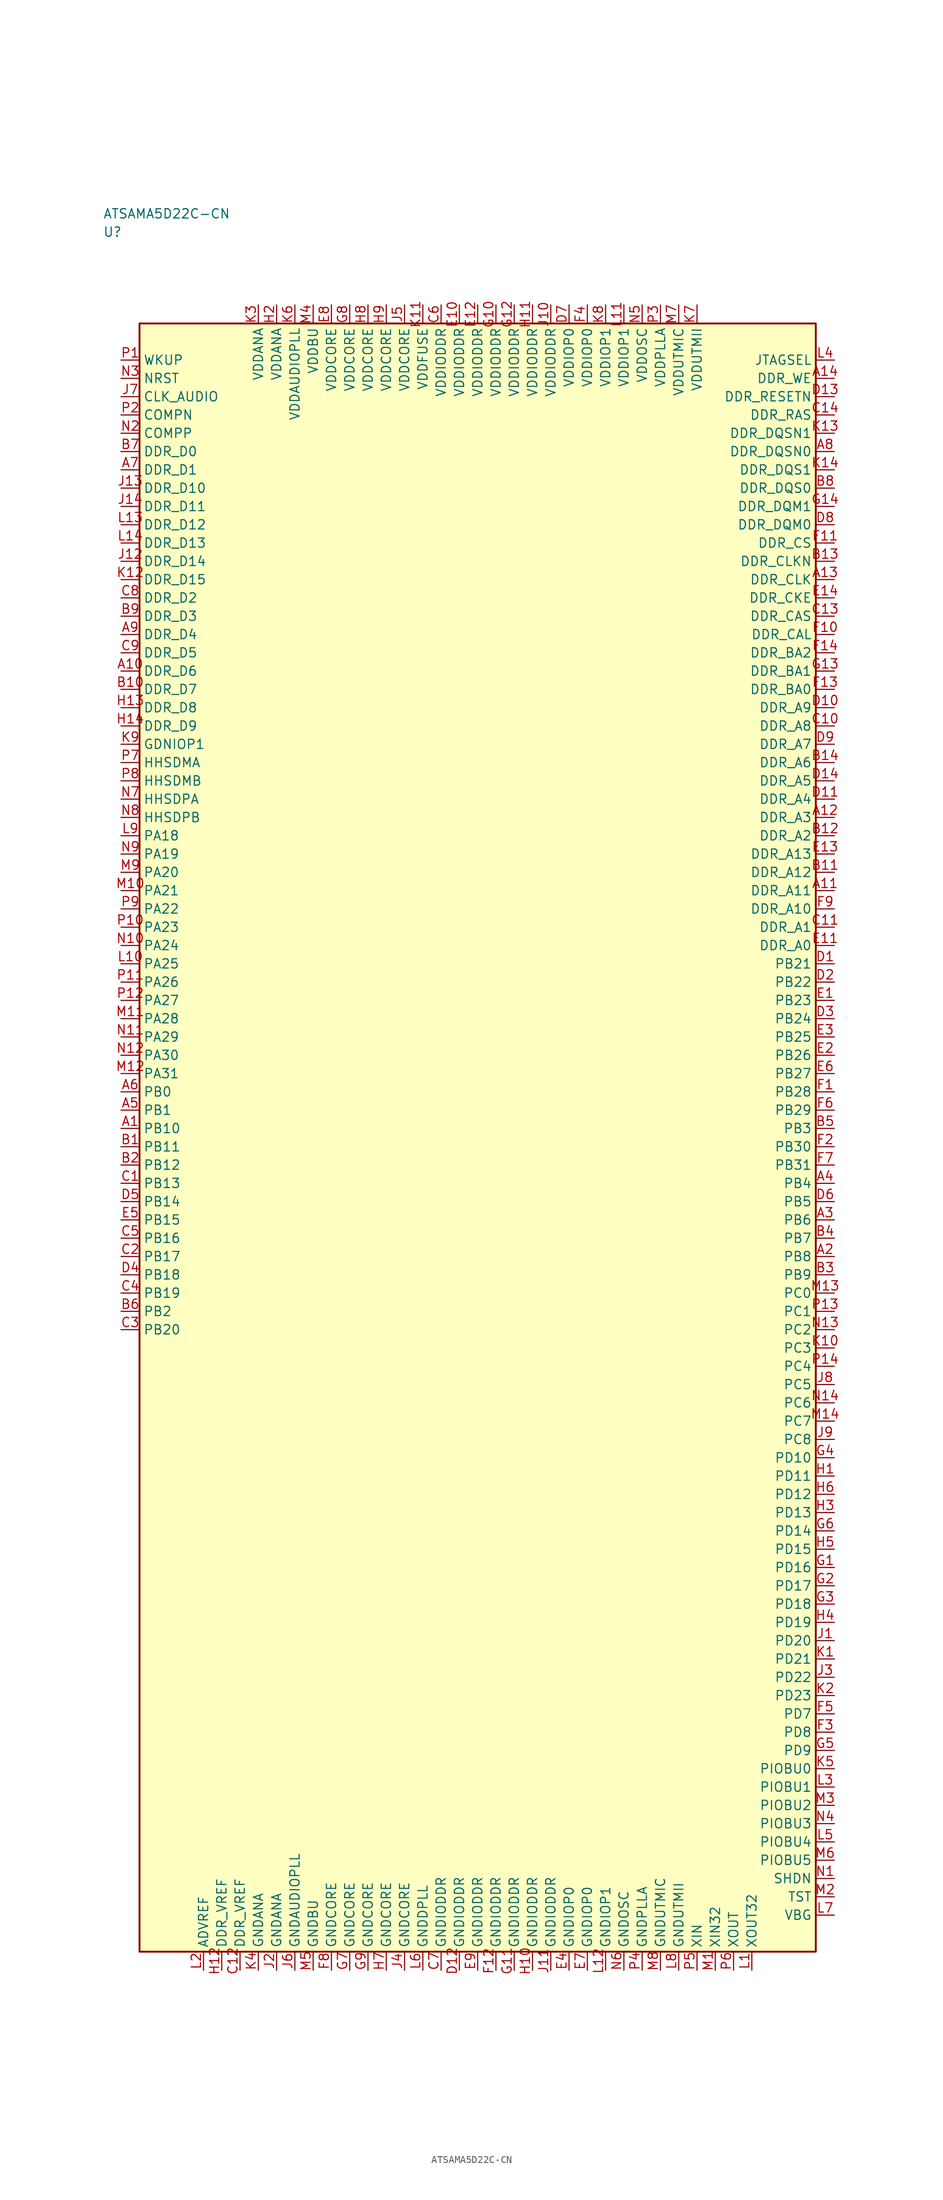
<source format=kicad_sym>
(kicad_symbol_lib
  (version 20241025)
  (generator "kicad_symbol_editor")
  (generator_version "8.0")
  (symbol "ATSAMA5D22C-CN"
    (property "Reference" "U"
      (at -51.25 123.75 0)
      (effects (font (size 1.27 1.27)) (justify left)))
    (property "Value" "ATSAMA5D22C-CN"
      (at -51.25 126.25 0)
      (effects (font (size 1.27 1.27)) (justify left)))
    (symbol "ATSAMA5D22C-CN_0_1"
      (rectangle (start -46.25 111.25) (end 46.25 -111.25) (stroke (width 0.254) (type default)) (fill (type background))))
    (symbol "ATSAMA5D22C-CN_1_1"
      (pin bidirectional line (at -48.79 41.25 0.0) (length 2.54) (name "PA18" (effects (font (size 1.27 1.27)))) (number "L9" (effects (font (size 1.27 1.27)))))
      (pin bidirectional line (at -48.79 38.75 0.0) (length 2.54) (name "PA19" (effects (font (size 1.27 1.27)))) (number "N9" (effects (font (size 1.27 1.27)))))
      (pin bidirectional line (at -48.79 36.25 0.0) (length 2.54) (name "PA20" (effects (font (size 1.27 1.27)))) (number "M9" (effects (font (size 1.27 1.27)))))
      (pin bidirectional line (at -48.79 33.75 0.0) (length 2.54) (name "PA21" (effects (font (size 1.27 1.27)))) (number "M10" (effects (font (size 1.27 1.27)))))
      (pin bidirectional line (at -48.79 31.25 0.0) (length 2.54) (name "PA22" (effects (font (size 1.27 1.27)))) (number "P9" (effects (font (size 1.27 1.27)))))
      (pin bidirectional line (at -48.79 28.75 0.0) (length 2.54) (name "PA23" (effects (font (size 1.27 1.27)))) (number "P10" (effects (font (size 1.27 1.27)))))
      (pin bidirectional line (at -48.79 26.25 0.0) (length 2.54) (name "PA24" (effects (font (size 1.27 1.27)))) (number "N10" (effects (font (size 1.27 1.27)))))
      (pin bidirectional line (at -48.79 23.75 0.0) (length 2.54) (name "PA25" (effects (font (size 1.27 1.27)))) (number "L10" (effects (font (size 1.27 1.27)))))
      (pin bidirectional line (at -48.79 21.25 0.0) (length 2.54) (name "PA26" (effects (font (size 1.27 1.27)))) (number "P11" (effects (font (size 1.27 1.27)))))
      (pin bidirectional line (at -48.79 18.75 0.0) (length 2.54) (name "PA27" (effects (font (size 1.27 1.27)))) (number "P12" (effects (font (size 1.27 1.27)))))
      (pin bidirectional line (at -48.79 16.25 0.0) (length 2.54) (name "PA28" (effects (font (size 1.27 1.27)))) (number "M11" (effects (font (size 1.27 1.27)))))
      (pin bidirectional line (at -48.79 13.75 0.0) (length 2.54) (name "PA29" (effects (font (size 1.27 1.27)))) (number "N11" (effects (font (size 1.27 1.27)))))
      (pin bidirectional line (at -48.79 11.25 0.0) (length 2.54) (name "PA30" (effects (font (size 1.27 1.27)))) (number "N12" (effects (font (size 1.27 1.27)))))
      (pin bidirectional line (at -48.79 8.75 0.0) (length 2.54) (name "PA31" (effects (font (size 1.27 1.27)))) (number "M12" (effects (font (size 1.27 1.27)))))
      (pin bidirectional line (at -48.79 6.25 0.0) (length 2.54) (name "PB0" (effects (font (size 1.27 1.27)))) (number "A6" (effects (font (size 1.27 1.27)))))
      (pin bidirectional line (at -48.79 3.75 0.0) (length 2.54) (name "PB1" (effects (font (size 1.27 1.27)))) (number "A5" (effects (font (size 1.27 1.27)))))
      (pin bidirectional line (at -48.79 -23.75 0.0) (length 2.54) (name "PB2" (effects (font (size 1.27 1.27)))) (number "B6" (effects (font (size 1.27 1.27)))))
      (pin bidirectional line (at 48.79 1.25 180.0) (length 2.54) (name "PB3" (effects (font (size 1.27 1.27)))) (number "B5" (effects (font (size 1.27 1.27)))))
      (pin bidirectional line (at 48.79 -6.25 180.0) (length 2.54) (name "PB4" (effects (font (size 1.27 1.27)))) (number "A4" (effects (font (size 1.27 1.27)))))
      (pin bidirectional line (at 48.79 -8.75 180.0) (length 2.54) (name "PB5" (effects (font (size 1.27 1.27)))) (number "D6" (effects (font (size 1.27 1.27)))))
      (pin bidirectional line (at 48.79 -11.25 180.0) (length 2.54) (name "PB6" (effects (font (size 1.27 1.27)))) (number "A3" (effects (font (size 1.27 1.27)))))
      (pin bidirectional line (at 48.79 -13.75 180.0) (length 2.54) (name "PB7" (effects (font (size 1.27 1.27)))) (number "B4" (effects (font (size 1.27 1.27)))))
      (pin bidirectional line (at 48.79 -16.25 180.0) (length 2.54) (name "PB8" (effects (font (size 1.27 1.27)))) (number "A2" (effects (font (size 1.27 1.27)))))
      (pin bidirectional line (at 48.79 -18.75 180.0) (length 2.54) (name "PB9" (effects (font (size 1.27 1.27)))) (number "B3" (effects (font (size 1.27 1.27)))))
      (pin bidirectional line (at -48.79 1.25 0.0) (length 2.54) (name "PB10" (effects (font (size 1.27 1.27)))) (number "A1" (effects (font (size 1.27 1.27)))))
      (pin bidirectional line (at -48.79 -1.25 0.0) (length 2.54) (name "PB11" (effects (font (size 1.27 1.27)))) (number "B1" (effects (font (size 1.27 1.27)))))
      (pin bidirectional line (at -48.79 -3.75 0.0) (length 2.54) (name "PB12" (effects (font (size 1.27 1.27)))) (number "B2" (effects (font (size 1.27 1.27)))))
      (pin bidirectional line (at -48.79 -6.25 0.0) (length 2.54) (name "PB13" (effects (font (size 1.27 1.27)))) (number "C1" (effects (font (size 1.27 1.27)))))
      (pin bidirectional line (at -48.79 -8.75 0.0) (length 2.54) (name "PB14" (effects (font (size 1.27 1.27)))) (number "D5" (effects (font (size 1.27 1.27)))))
      (pin bidirectional line (at -48.79 -11.25 0.0) (length 2.54) (name "PB15" (effects (font (size 1.27 1.27)))) (number "E5" (effects (font (size 1.27 1.27)))))
      (pin bidirectional line (at -48.79 -13.75 0.0) (length 2.54) (name "PB16" (effects (font (size 1.27 1.27)))) (number "C5" (effects (font (size 1.27 1.27)))))
      (pin bidirectional line (at -48.79 -16.25 0.0) (length 2.54) (name "PB17" (effects (font (size 1.27 1.27)))) (number "C2" (effects (font (size 1.27 1.27)))))
      (pin bidirectional line (at -48.79 -18.75 0.0) (length 2.54) (name "PB18" (effects (font (size 1.27 1.27)))) (number "D4" (effects (font (size 1.27 1.27)))))
      (pin bidirectional line (at -48.79 -21.25 0.0) (length 2.54) (name "PB19" (effects (font (size 1.27 1.27)))) (number "C4" (effects (font (size 1.27 1.27)))))
      (pin bidirectional line (at -48.79 -26.25 0.0) (length 2.54) (name "PB20" (effects (font (size 1.27 1.27)))) (number "C3" (effects (font (size 1.27 1.27)))))
      (pin bidirectional line (at 48.79 23.75 180.0) (length 2.54) (name "PB21" (effects (font (size 1.27 1.27)))) (number "D1" (effects (font (size 1.27 1.27)))))
      (pin bidirectional line (at 48.79 21.25 180.0) (length 2.54) (name "PB22" (effects (font (size 1.27 1.27)))) (number "D2" (effects (font (size 1.27 1.27)))))
      (pin bidirectional line (at 48.79 18.75 180.0) (length 2.54) (name "PB23" (effects (font (size 1.27 1.27)))) (number "E1" (effects (font (size 1.27 1.27)))))
      (pin bidirectional line (at 48.79 16.25 180.0) (length 2.54) (name "PB24" (effects (font (size 1.27 1.27)))) (number "D3" (effects (font (size 1.27 1.27)))))
      (pin bidirectional line (at 48.79 13.75 180.0) (length 2.54) (name "PB25" (effects (font (size 1.27 1.27)))) (number "E3" (effects (font (size 1.27 1.27)))))
      (pin bidirectional line (at 48.79 11.25 180.0) (length 2.54) (name "PB26" (effects (font (size 1.27 1.27)))) (number "E2" (effects (font (size 1.27 1.27)))))
      (pin bidirectional line (at 48.79 8.75 180.0) (length 2.54) (name "PB27" (effects (font (size 1.27 1.27)))) (number "E6" (effects (font (size 1.27 1.27)))))
      (pin bidirectional line (at 48.79 6.25 180.0) (length 2.54) (name "PB28" (effects (font (size 1.27 1.27)))) (number "F1" (effects (font (size 1.27 1.27)))))
      (pin bidirectional line (at 48.79 3.75 180.0) (length 2.54) (name "PB29" (effects (font (size 1.27 1.27)))) (number "F6" (effects (font (size 1.27 1.27)))))
      (pin bidirectional line (at 48.79 -1.25 180.0) (length 2.54) (name "PB30" (effects (font (size 1.27 1.27)))) (number "F2" (effects (font (size 1.27 1.27)))))
      (pin bidirectional line (at 48.79 -3.75 180.0) (length 2.54) (name "PB31" (effects (font (size 1.27 1.27)))) (number "F7" (effects (font (size 1.27 1.27)))))
      (pin bidirectional line (at 48.79 -21.25 180.0) (length 2.54) (name "PC0" (effects (font (size 1.27 1.27)))) (number "M13" (effects (font (size 1.27 1.27)))))
      (pin bidirectional line (at 48.79 -23.75 180.0) (length 2.54) (name "PC1" (effects (font (size 1.27 1.27)))) (number "P13" (effects (font (size 1.27 1.27)))))
      (pin bidirectional line (at 48.79 -26.25 180.0) (length 2.54) (name "PC2" (effects (font (size 1.27 1.27)))) (number "N13" (effects (font (size 1.27 1.27)))))
      (pin bidirectional line (at 48.79 -28.75 180.0) (length 2.54) (name "PC3" (effects (font (size 1.27 1.27)))) (number "K10" (effects (font (size 1.27 1.27)))))
      (pin bidirectional line (at 48.79 -31.25 180.0) (length 2.54) (name "PC4" (effects (font (size 1.27 1.27)))) (number "P14" (effects (font (size 1.27 1.27)))))
      (pin bidirectional line (at 48.79 -33.75 180.0) (length 2.54) (name "PC5" (effects (font (size 1.27 1.27)))) (number "J8" (effects (font (size 1.27 1.27)))))
      (pin bidirectional line (at 48.79 -36.25 180.0) (length 2.54) (name "PC6" (effects (font (size 1.27 1.27)))) (number "N14" (effects (font (size 1.27 1.27)))))
      (pin bidirectional line (at 48.79 -38.75 180.0) (length 2.54) (name "PC7" (effects (font (size 1.27 1.27)))) (number "M14" (effects (font (size 1.27 1.27)))))
      (pin bidirectional line (at 48.79 -41.25 180.0) (length 2.54) (name "PC8" (effects (font (size 1.27 1.27)))) (number "J9" (effects (font (size 1.27 1.27)))))
      (pin bidirectional line (at 48.79 -78.75 180.0) (length 2.54) (name "PD7" (effects (font (size 1.27 1.27)))) (number "F5" (effects (font (size 1.27 1.27)))))
      (pin bidirectional line (at 48.79 -81.25 180.0) (length 2.54) (name "PD8" (effects (font (size 1.27 1.27)))) (number "F3" (effects (font (size 1.27 1.27)))))
      (pin bidirectional line (at 48.79 -83.75 180.0) (length 2.54) (name "PD9" (effects (font (size 1.27 1.27)))) (number "G5" (effects (font (size 1.27 1.27)))))
      (pin bidirectional line (at 48.79 -43.75 180.0) (length 2.54) (name "PD10" (effects (font (size 1.27 1.27)))) (number "G4" (effects (font (size 1.27 1.27)))))
      (pin bidirectional line (at 48.79 -46.25 180.0) (length 2.54) (name "PD11" (effects (font (size 1.27 1.27)))) (number "H1" (effects (font (size 1.27 1.27)))))
      (pin bidirectional line (at 48.79 -48.75 180.0) (length 2.54) (name "PD12" (effects (font (size 1.27 1.27)))) (number "H6" (effects (font (size 1.27 1.27)))))
      (pin bidirectional line (at 48.79 -51.25 180.0) (length 2.54) (name "PD13" (effects (font (size 1.27 1.27)))) (number "H3" (effects (font (size 1.27 1.27)))))
      (pin bidirectional line (at 48.79 -53.75 180.0) (length 2.54) (name "PD14" (effects (font (size 1.27 1.27)))) (number "G6" (effects (font (size 1.27 1.27)))))
      (pin bidirectional line (at 48.79 -56.25 180.0) (length 2.54) (name "PD15" (effects (font (size 1.27 1.27)))) (number "H5" (effects (font (size 1.27 1.27)))))
      (pin bidirectional line (at 48.79 -58.75 180.0) (length 2.54) (name "PD16" (effects (font (size 1.27 1.27)))) (number "G1" (effects (font (size 1.27 1.27)))))
      (pin bidirectional line (at 48.79 -61.25 180.0) (length 2.54) (name "PD17" (effects (font (size 1.27 1.27)))) (number "G2" (effects (font (size 1.27 1.27)))))
      (pin bidirectional line (at 48.79 -63.75 180.0) (length 2.54) (name "PD18" (effects (font (size 1.27 1.27)))) (number "G3" (effects (font (size 1.27 1.27)))))
      (pin bidirectional line (at 48.79 -66.25 180.0) (length 2.54) (name "PD19" (effects (font (size 1.27 1.27)))) (number "H4" (effects (font (size 1.27 1.27)))))
      (pin bidirectional line (at 48.79 -68.75 180.0) (length 2.54) (name "PD20" (effects (font (size 1.27 1.27)))) (number "J1" (effects (font (size 1.27 1.27)))))
      (pin bidirectional line (at 48.79 -71.25 180.0) (length 2.54) (name "PD21" (effects (font (size 1.27 1.27)))) (number "K1" (effects (font (size 1.27 1.27)))))
      (pin bidirectional line (at 48.79 -73.75 180.0) (length 2.54) (name "PD22" (effects (font (size 1.27 1.27)))) (number "J3" (effects (font (size 1.27 1.27)))))
      (pin bidirectional line (at 48.79 -76.25 180.0) (length 2.54) (name "PD23" (effects (font (size 1.27 1.27)))) (number "K2" (effects (font (size 1.27 1.27)))))
      (pin power_in line (at -30.0 113.79 270.0) (length 2.54) (name "VDDANA" (effects (font (size 1.27 1.27)))) (number "K3" (effects (font (size 1.27 1.27)))))
      (pin passive line (at -30.0 -113.79 90.0) (length 2.54) (name "GNDANA" (effects (font (size 1.27 1.27)))) (number "K4" (effects (font (size 1.27 1.27)))))
      (pin passive line (at -37.5 -113.79 90.0) (length 2.54) (name "ADVREF" (effects (font (size 1.27 1.27)))) (number "L2" (effects (font (size 1.27 1.27)))))
      (pin power_in line (at -27.5 113.79 270.0) (length 2.54) (name "VDDANA" (effects (font (size 1.27 1.27)))) (number "H2" (effects (font (size 1.27 1.27)))))
      (pin passive line (at -27.5 -113.79 90.0) (length 2.54) (name "GNDANA" (effects (font (size 1.27 1.27)))) (number "J2" (effects (font (size 1.27 1.27)))))
      (pin passive line (at -35.0 -113.79 90.0) (length 2.54) (name "DDR_VREF" (effects (font (size 1.27 1.27)))) (number "H12" (effects (font (size 1.27 1.27)))))
      (pin passive line (at -32.5 -113.79 90.0) (length 2.54) (name "DDR_VREF" (effects (font (size 1.27 1.27)))) (number "C12" (effects (font (size 1.27 1.27)))))
      (pin bidirectional line (at -48.79 93.75 0.0) (length 2.54) (name "DDR_D0" (effects (font (size 1.27 1.27)))) (number "B7" (effects (font (size 1.27 1.27)))))
      (pin bidirectional line (at -48.79 91.25 0.0) (length 2.54) (name "DDR_D1" (effects (font (size 1.27 1.27)))) (number "A7" (effects (font (size 1.27 1.27)))))
      (pin bidirectional line (at -48.79 73.75 0.0) (length 2.54) (name "DDR_D2" (effects (font (size 1.27 1.27)))) (number "C8" (effects (font (size 1.27 1.27)))))
      (pin bidirectional line (at -48.79 71.25 0.0) (length 2.54) (name "DDR_D3" (effects (font (size 1.27 1.27)))) (number "B9" (effects (font (size 1.27 1.27)))))
      (pin bidirectional line (at -48.79 68.75 0.0) (length 2.54) (name "DDR_D4" (effects (font (size 1.27 1.27)))) (number "A9" (effects (font (size 1.27 1.27)))))
      (pin bidirectional line (at -48.79 66.25 0.0) (length 2.54) (name "DDR_D5" (effects (font (size 1.27 1.27)))) (number "C9" (effects (font (size 1.27 1.27)))))
      (pin bidirectional line (at -48.79 63.75 0.0) (length 2.54) (name "DDR_D6" (effects (font (size 1.27 1.27)))) (number "A10" (effects (font (size 1.27 1.27)))))
      (pin bidirectional line (at -48.79 61.25 0.0) (length 2.54) (name "DDR_D7" (effects (font (size 1.27 1.27)))) (number "B10" (effects (font (size 1.27 1.27)))))
      (pin bidirectional line (at -48.79 58.75 0.0) (length 2.54) (name "DDR_D8" (effects (font (size 1.27 1.27)))) (number "H13" (effects (font (size 1.27 1.27)))))
      (pin bidirectional line (at -48.79 56.25 0.0) (length 2.54) (name "DDR_D9" (effects (font (size 1.27 1.27)))) (number "H14" (effects (font (size 1.27 1.27)))))
      (pin bidirectional line (at -48.79 88.75 0.0) (length 2.54) (name "DDR_D10" (effects (font (size 1.27 1.27)))) (number "J13" (effects (font (size 1.27 1.27)))))
      (pin bidirectional line (at -48.79 86.25 0.0) (length 2.54) (name "DDR_D11" (effects (font (size 1.27 1.27)))) (number "J14" (effects (font (size 1.27 1.27)))))
      (pin bidirectional line (at -48.79 83.75 0.0) (length 2.54) (name "DDR_D12" (effects (font (size 1.27 1.27)))) (number "L13" (effects (font (size 1.27 1.27)))))
      (pin bidirectional line (at -48.79 81.25 0.0) (length 2.54) (name "DDR_D13" (effects (font (size 1.27 1.27)))) (number "L14" (effects (font (size 1.27 1.27)))))
      (pin bidirectional line (at -48.79 78.75 0.0) (length 2.54) (name "DDR_D14" (effects (font (size 1.27 1.27)))) (number "J12" (effects (font (size 1.27 1.27)))))
      (pin bidirectional line (at -48.79 76.25 0.0) (length 2.54) (name "DDR_D15" (effects (font (size 1.27 1.27)))) (number "K12" (effects (font (size 1.27 1.27)))))
      (pin output line (at 48.79 26.25 180.0) (length 2.54) (name "DDR_A0" (effects (font (size 1.27 1.27)))) (number "E11" (effects (font (size 1.27 1.27)))))
      (pin output line (at 48.79 28.75 180.0) (length 2.54) (name "DDR_A1" (effects (font (size 1.27 1.27)))) (number "C11" (effects (font (size 1.27 1.27)))))
      (pin output line (at 48.79 41.25 180.0) (length 2.54) (name "DDR_A2" (effects (font (size 1.27 1.27)))) (number "B12" (effects (font (size 1.27 1.27)))))
      (pin output line (at 48.79 43.75 180.0) (length 2.54) (name "DDR_A3" (effects (font (size 1.27 1.27)))) (number "A12" (effects (font (size 1.27 1.27)))))
      (pin output line (at 48.79 46.25 180.0) (length 2.54) (name "DDR_A4" (effects (font (size 1.27 1.27)))) (number "D11" (effects (font (size 1.27 1.27)))))
      (pin output line (at 48.79 48.75 180.0) (length 2.54) (name "DDR_A5" (effects (font (size 1.27 1.27)))) (number "D14" (effects (font (size 1.27 1.27)))))
      (pin output line (at 48.79 51.25 180.0) (length 2.54) (name "DDR_A6" (effects (font (size 1.27 1.27)))) (number "B14" (effects (font (size 1.27 1.27)))))
      (pin output line (at 48.79 53.75 180.0) (length 2.54) (name "DDR_A7" (effects (font (size 1.27 1.27)))) (number "D9" (effects (font (size 1.27 1.27)))))
      (pin output line (at 48.79 56.25 180.0) (length 2.54) (name "DDR_A8" (effects (font (size 1.27 1.27)))) (number "C10" (effects (font (size 1.27 1.27)))))
      (pin output line (at 48.79 58.75 180.0) (length 2.54) (name "DDR_A9" (effects (font (size 1.27 1.27)))) (number "D10" (effects (font (size 1.27 1.27)))))
      (pin output line (at 48.79 31.25 180.0) (length 2.54) (name "DDR_A10" (effects (font (size 1.27 1.27)))) (number "F9" (effects (font (size 1.27 1.27)))))
      (pin output line (at 48.79 33.75 180.0) (length 2.54) (name "DDR_A11" (effects (font (size 1.27 1.27)))) (number "A11" (effects (font (size 1.27 1.27)))))
      (pin output line (at 48.79 36.25 180.0) (length 2.54) (name "DDR_A12" (effects (font (size 1.27 1.27)))) (number "B11" (effects (font (size 1.27 1.27)))))
      (pin output line (at 48.79 38.75 180.0) (length 2.54) (name "DDR_A13" (effects (font (size 1.27 1.27)))) (number "E13" (effects (font (size 1.27 1.27)))))
      (pin output line (at 48.79 76.25 180.0) (length 2.54) (name "DDR_CLK" (effects (font (size 1.27 1.27)))) (number "A13" (effects (font (size 1.27 1.27)))))
      (pin output line (at 48.79 78.75 180.0) (length 2.54) (name "DDR_CLKN" (effects (font (size 1.27 1.27)))) (number "B13" (effects (font (size 1.27 1.27)))))
      (pin output line (at 48.79 73.75 180.0) (length 2.54) (name "DDR_CKE" (effects (font (size 1.27 1.27)))) (number "E14" (effects (font (size 1.27 1.27)))))
      (pin output line (at 48.79 101.25 180.0) (length 2.54) (name "DDR_RESETN" (effects (font (size 1.27 1.27)))) (number "D13" (effects (font (size 1.27 1.27)))))
      (pin output line (at 48.79 81.25 180.0) (length 2.54) (name "DDR_CS" (effects (font (size 1.27 1.27)))) (number "F11" (effects (font (size 1.27 1.27)))))
      (pin output line (at 48.79 103.75 180.0) (length 2.54) (name "DDR_WE" (effects (font (size 1.27 1.27)))) (number "A14" (effects (font (size 1.27 1.27)))))
      (pin output line (at 48.79 98.75 180.0) (length 2.54) (name "DDR_RAS" (effects (font (size 1.27 1.27)))) (number "C14" (effects (font (size 1.27 1.27)))))
      (pin output line (at 48.79 71.25 180.0) (length 2.54) (name "DDR_CAS" (effects (font (size 1.27 1.27)))) (number "C13" (effects (font (size 1.27 1.27)))))
      (pin output line (at 48.79 83.75 180.0) (length 2.54) (name "DDR_DQM0" (effects (font (size 1.27 1.27)))) (number "D8" (effects (font (size 1.27 1.27)))))
      (pin output line (at 48.79 86.25 180.0) (length 2.54) (name "DDR_DQM1" (effects (font (size 1.27 1.27)))) (number "G14" (effects (font (size 1.27 1.27)))))
      (pin output line (at 48.79 88.75 180.0) (length 2.54) (name "DDR_DQS0" (effects (font (size 1.27 1.27)))) (number "B8" (effects (font (size 1.27 1.27)))))
      (pin output line (at 48.79 91.25 180.0) (length 2.54) (name "DDR_DQS1" (effects (font (size 1.27 1.27)))) (number "K14" (effects (font (size 1.27 1.27)))))
      (pin output line (at 48.79 93.75 180.0) (length 2.54) (name "DDR_DQSN0" (effects (font (size 1.27 1.27)))) (number "A8" (effects (font (size 1.27 1.27)))))
      (pin output line (at 48.79 96.25 180.0) (length 2.54) (name "DDR_DQSN1" (effects (font (size 1.27 1.27)))) (number "K13" (effects (font (size 1.27 1.27)))))
      (pin output line (at 48.79 61.25 180.0) (length 2.54) (name "DDR_BA0" (effects (font (size 1.27 1.27)))) (number "F13" (effects (font (size 1.27 1.27)))))
      (pin output line (at 48.79 63.75 180.0) (length 2.54) (name "DDR_BA1" (effects (font (size 1.27 1.27)))) (number "G13" (effects (font (size 1.27 1.27)))))
      (pin output line (at 48.79 66.25 180.0) (length 2.54) (name "DDR_BA2" (effects (font (size 1.27 1.27)))) (number "F14" (effects (font (size 1.27 1.27)))))
      (pin output line (at 48.79 68.75 180.0) (length 2.54) (name "DDR_CAL" (effects (font (size 1.27 1.27)))) (number "F10" (effects (font (size 1.27 1.27)))))
      (pin power_in line (at -5.0 113.79 270.0) (length 2.54) (name "VDDIODDR" (effects (font (size 1.27 1.27)))) (number "C6" (effects (font (size 1.27 1.27)))))
      (pin power_in line (at -2.5 113.79 270.0) (length 2.54) (name "VDDIODDR" (effects (font (size 1.27 1.27)))) (number "E10" (effects (font (size 1.27 1.27)))))
      (pin power_in line (at 0.0 113.79 270.0) (length 2.54) (name "VDDIODDR" (effects (font (size 1.27 1.27)))) (number "E12" (effects (font (size 1.27 1.27)))))
      (pin power_in line (at 2.5 113.79 270.0) (length 2.54) (name "VDDIODDR" (effects (font (size 1.27 1.27)))) (number "G10" (effects (font (size 1.27 1.27)))))
      (pin power_in line (at 5.0 113.79 270.0) (length 2.54) (name "VDDIODDR" (effects (font (size 1.27 1.27)))) (number "G12" (effects (font (size 1.27 1.27)))))
      (pin power_in line (at 7.5 113.79 270.0) (length 2.54) (name "VDDIODDR" (effects (font (size 1.27 1.27)))) (number "H11" (effects (font (size 1.27 1.27)))))
      (pin power_in line (at 10.0 113.79 270.0) (length 2.54) (name "VDDIODDR" (effects (font (size 1.27 1.27)))) (number "J10" (effects (font (size 1.27 1.27)))))
      (pin passive line (at -5.0 -113.79 90.0) (length 2.54) (name "GNDIODDR" (effects (font (size 1.27 1.27)))) (number "C7" (effects (font (size 1.27 1.27)))))
      (pin passive line (at -2.5 -113.79 90.0) (length 2.54) (name "GNDIODDR" (effects (font (size 1.27 1.27)))) (number "D12" (effects (font (size 1.27 1.27)))))
      (pin passive line (at 0.0 -113.79 90.0) (length 2.54) (name "GNDIODDR" (effects (font (size 1.27 1.27)))) (number "E9" (effects (font (size 1.27 1.27)))))
      (pin passive line (at 2.5 -113.79 90.0) (length 2.54) (name "GNDIODDR" (effects (font (size 1.27 1.27)))) (number "F12" (effects (font (size 1.27 1.27)))))
      (pin passive line (at 5.0 -113.79 90.0) (length 2.54) (name "GNDIODDR" (effects (font (size 1.27 1.27)))) (number "G11" (effects (font (size 1.27 1.27)))))
      (pin passive line (at 7.5 -113.79 90.0) (length 2.54) (name "GNDIODDR" (effects (font (size 1.27 1.27)))) (number "H10" (effects (font (size 1.27 1.27)))))
      (pin passive line (at 10.0 -113.79 90.0) (length 2.54) (name "GNDIODDR" (effects (font (size 1.27 1.27)))) (number "J11" (effects (font (size 1.27 1.27)))))
      (pin power_in line (at -20.0 113.79 270.0) (length 2.54) (name "VDDCORE" (effects (font (size 1.27 1.27)))) (number "E8" (effects (font (size 1.27 1.27)))))
      (pin power_in line (at -17.5 113.79 270.0) (length 2.54) (name "VDDCORE" (effects (font (size 1.27 1.27)))) (number "G8" (effects (font (size 1.27 1.27)))))
      (pin power_in line (at -15.0 113.79 270.0) (length 2.54) (name "VDDCORE" (effects (font (size 1.27 1.27)))) (number "H8" (effects (font (size 1.27 1.27)))))
      (pin power_in line (at -12.5 113.79 270.0) (length 2.54) (name "VDDCORE" (effects (font (size 1.27 1.27)))) (number "H9" (effects (font (size 1.27 1.27)))))
      (pin power_in line (at -10.0 113.79 270.0) (length 2.54) (name "VDDCORE" (effects (font (size 1.27 1.27)))) (number "J5" (effects (font (size 1.27 1.27)))))
      (pin passive line (at -20.0 -113.79 90.0) (length 2.54) (name "GNDCORE" (effects (font (size 1.27 1.27)))) (number "F8" (effects (font (size 1.27 1.27)))))
      (pin passive line (at -17.5 -113.79 90.0) (length 2.54) (name "GNDCORE" (effects (font (size 1.27 1.27)))) (number "G7" (effects (font (size 1.27 1.27)))))
      (pin passive line (at -15.0 -113.79 90.0) (length 2.54) (name "GNDCORE" (effects (font (size 1.27 1.27)))) (number "G9" (effects (font (size 1.27 1.27)))))
      (pin passive line (at -12.5 -113.79 90.0) (length 2.54) (name "GNDCORE" (effects (font (size 1.27 1.27)))) (number "H7" (effects (font (size 1.27 1.27)))))
      (pin passive line (at -10.0 -113.79 90.0) (length 2.54) (name "GNDCORE" (effects (font (size 1.27 1.27)))) (number "J4" (effects (font (size 1.27 1.27)))))
      (pin power_in line (at 12.5 113.79 270.0) (length 2.54) (name "VDDIOP0" (effects (font (size 1.27 1.27)))) (number "D7" (effects (font (size 1.27 1.27)))))
      (pin power_in line (at 15.0 113.79 270.0) (length 2.54) (name "VDDIOP0" (effects (font (size 1.27 1.27)))) (number "F4" (effects (font (size 1.27 1.27)))))
      (pin passive line (at 12.5 -113.79 90.0) (length 2.54) (name "GNDIOP0" (effects (font (size 1.27 1.27)))) (number "E4" (effects (font (size 1.27 1.27)))))
      (pin passive line (at 15.0 -113.79 90.0) (length 2.54) (name "GNDIOP0" (effects (font (size 1.27 1.27)))) (number "E7" (effects (font (size 1.27 1.27)))))
      (pin power_in line (at 17.5 113.79 270.0) (length 2.54) (name "VDDIOP1" (effects (font (size 1.27 1.27)))) (number "K8" (effects (font (size 1.27 1.27)))))
      (pin power_in line (at 20.0 113.79 270.0) (length 2.54) (name "VDDIOP1" (effects (font (size 1.27 1.27)))) (number "L11" (effects (font (size 1.27 1.27)))))
      (pin bidirectional line (at -48.79 53.75 0.0) (length 2.54) (name "GDNIOP1" (effects (font (size 1.27 1.27)))) (number "K9" (effects (font (size 1.27 1.27)))))
      (pin passive line (at 17.5 -113.79 90.0) (length 2.54) (name "GNDIOP1" (effects (font (size 1.27 1.27)))) (number "L12" (effects (font (size 1.27 1.27)))))
      (pin power_in line (at -7.5 113.79 270.0) (length 2.54) (name "VDDFUSE" (effects (font (size 1.27 1.27)))) (number "K11" (effects (font (size 1.27 1.27)))))
      (pin power_in line (at 25.0 113.79 270.0) (length 2.54) (name "VDDPLLA" (effects (font (size 1.27 1.27)))) (number "P3" (effects (font (size 1.27 1.27)))))
      (pin passive line (at 22.5 -113.79 90.0) (length 2.54) (name "GNDPLLA" (effects (font (size 1.27 1.27)))) (number "P4" (effects (font (size 1.27 1.27)))))
      (pin power_in line (at -25.0 113.79 270.0) (length 2.54) (name "VDDAUDIOPLL" (effects (font (size 1.27 1.27)))) (number "K6" (effects (font (size 1.27 1.27)))))
      (pin passive line (at -7.5 -113.79 90.0) (length 2.54) (name "GNDDPLL" (effects (font (size 1.27 1.27)))) (number "L6" (effects (font (size 1.27 1.27)))))
      (pin passive line (at -25.0 -113.79 90.0) (length 2.54) (name "GNDAUDIOPLL" (effects (font (size 1.27 1.27)))) (number "J6" (effects (font (size 1.27 1.27)))))
      (pin bidirectional line (at -48.79 101.25 0.0) (length 2.54) (name "CLK_AUDIO" (effects (font (size 1.27 1.27)))) (number "J7" (effects (font (size 1.27 1.27)))))
      (pin passive line (at 30.0 -113.79 90.0) (length 2.54) (name "XIN" (effects (font (size 1.27 1.27)))) (number "P5" (effects (font (size 1.27 1.27)))))
      (pin passive line (at 35.0 -113.79 90.0) (length 2.54) (name "XOUT" (effects (font (size 1.27 1.27)))) (number "P6" (effects (font (size 1.27 1.27)))))
      (pin power_in line (at 22.5 113.79 270.0) (length 2.54) (name "VDDOSC" (effects (font (size 1.27 1.27)))) (number "N5" (effects (font (size 1.27 1.27)))))
      (pin passive line (at 20.0 -113.79 90.0) (length 2.54) (name "GNDOSC" (effects (font (size 1.27 1.27)))) (number "N6" (effects (font (size 1.27 1.27)))))
      (pin power_in line (at 30.0 113.79 270.0) (length 2.54) (name "VDDUTMII" (effects (font (size 1.27 1.27)))) (number "K7" (effects (font (size 1.27 1.27)))))
      (pin passive line (at 27.5 -113.79 90.0) (length 2.54) (name "GNDUTMII" (effects (font (size 1.27 1.27)))) (number "L8" (effects (font (size 1.27 1.27)))))
      (pin bidirectional line (at -48.79 46.25 0.0) (length 2.54) (name "HHSDPA" (effects (font (size 1.27 1.27)))) (number "N7" (effects (font (size 1.27 1.27)))))
      (pin bidirectional line (at -48.79 51.25 0.0) (length 2.54) (name "HHSDMA" (effects (font (size 1.27 1.27)))) (number "P7" (effects (font (size 1.27 1.27)))))
      (pin bidirectional line (at -48.79 43.75 0.0) (length 2.54) (name "HHSDPB" (effects (font (size 1.27 1.27)))) (number "N8" (effects (font (size 1.27 1.27)))))
      (pin bidirectional line (at -48.79 48.75 0.0) (length 2.54) (name "HHSDMB" (effects (font (size 1.27 1.27)))) (number "P8" (effects (font (size 1.27 1.27)))))
      (pin power_in line (at 27.5 113.79 270.0) (length 2.54) (name "VDDUTMIC" (effects (font (size 1.27 1.27)))) (number "M7" (effects (font (size 1.27 1.27)))))
      (pin passive line (at 25.0 -113.79 90.0) (length 2.54) (name "GNDUTMIC" (effects (font (size 1.27 1.27)))) (number "M8" (effects (font (size 1.27 1.27)))))
      (pin bidirectional line (at 48.79 -106.25 180.0) (length 2.54) (name "VBG" (effects (font (size 1.27 1.27)))) (number "L7" (effects (font (size 1.27 1.27)))))
      (pin bidirectional line (at 48.79 -103.75 180.0) (length 2.54) (name "TST" (effects (font (size 1.27 1.27)))) (number "M2" (effects (font (size 1.27 1.27)))))
      (pin input line (at -48.79 103.75 0.0) (length 2.54) (name "NRST" (effects (font (size 1.27 1.27)))) (number "N3" (effects (font (size 1.27 1.27)))))
      (pin output line (at 48.79 106.25 180.0) (length 2.54) (name "JTAGSEL" (effects (font (size 1.27 1.27)))) (number "L4" (effects (font (size 1.27 1.27)))))
      (pin input line (at -48.79 106.25 0.0) (length 2.54) (name "WKUP" (effects (font (size 1.27 1.27)))) (number "P1" (effects (font (size 1.27 1.27)))))
      (pin bidirectional line (at 48.79 -101.25 180.0) (length 2.54) (name "SHDN" (effects (font (size 1.27 1.27)))) (number "N1" (effects (font (size 1.27 1.27)))))
      (pin bidirectional line (at 48.79 -86.25 180.0) (length 2.54) (name "PIOBU0" (effects (font (size 1.27 1.27)))) (number "K5" (effects (font (size 1.27 1.27)))))
      (pin bidirectional line (at 48.79 -88.75 180.0) (length 2.54) (name "PIOBU1" (effects (font (size 1.27 1.27)))) (number "L3" (effects (font (size 1.27 1.27)))))
      (pin bidirectional line (at 48.79 -91.25 180.0) (length 2.54) (name "PIOBU2" (effects (font (size 1.27 1.27)))) (number "M3" (effects (font (size 1.27 1.27)))))
      (pin bidirectional line (at 48.79 -93.75 180.0) (length 2.54) (name "PIOBU3" (effects (font (size 1.27 1.27)))) (number "N4" (effects (font (size 1.27 1.27)))))
      (pin bidirectional line (at 48.79 -96.25 180.0) (length 2.54) (name "PIOBU4" (effects (font (size 1.27 1.27)))) (number "L5" (effects (font (size 1.27 1.27)))))
      (pin bidirectional line (at 48.79 -98.75 180.0) (length 2.54) (name "PIOBU5" (effects (font (size 1.27 1.27)))) (number "M6" (effects (font (size 1.27 1.27)))))
      (pin power_in line (at -22.5 113.79 270.0) (length 2.54) (name "VDDBU" (effects (font (size 1.27 1.27)))) (number "M4" (effects (font (size 1.27 1.27)))))
      (pin passive line (at -22.5 -113.79 90.0) (length 2.54) (name "GNDBU" (effects (font (size 1.27 1.27)))) (number "M5" (effects (font (size 1.27 1.27)))))
      (pin passive line (at 32.5 -113.79 90.0) (length 2.54) (name "XIN32" (effects (font (size 1.27 1.27)))) (number "M1" (effects (font (size 1.27 1.27)))))
      (pin passive line (at 37.5 -113.79 90.0) (length 2.54) (name "XOUT32" (effects (font (size 1.27 1.27)))) (number "L1" (effects (font (size 1.27 1.27)))))
      (pin bidirectional line (at -48.79 96.25 0.0) (length 2.54) (name "COMPP" (effects (font (size 1.27 1.27)))) (number "N2" (effects (font (size 1.27 1.27)))))
      (pin bidirectional line (at -48.79 98.75 0.0) (length 2.54) (name "COMPN" (effects (font (size 1.27 1.27)))) (number "P2" (effects (font (size 1.27 1.27))))))))
</source>
